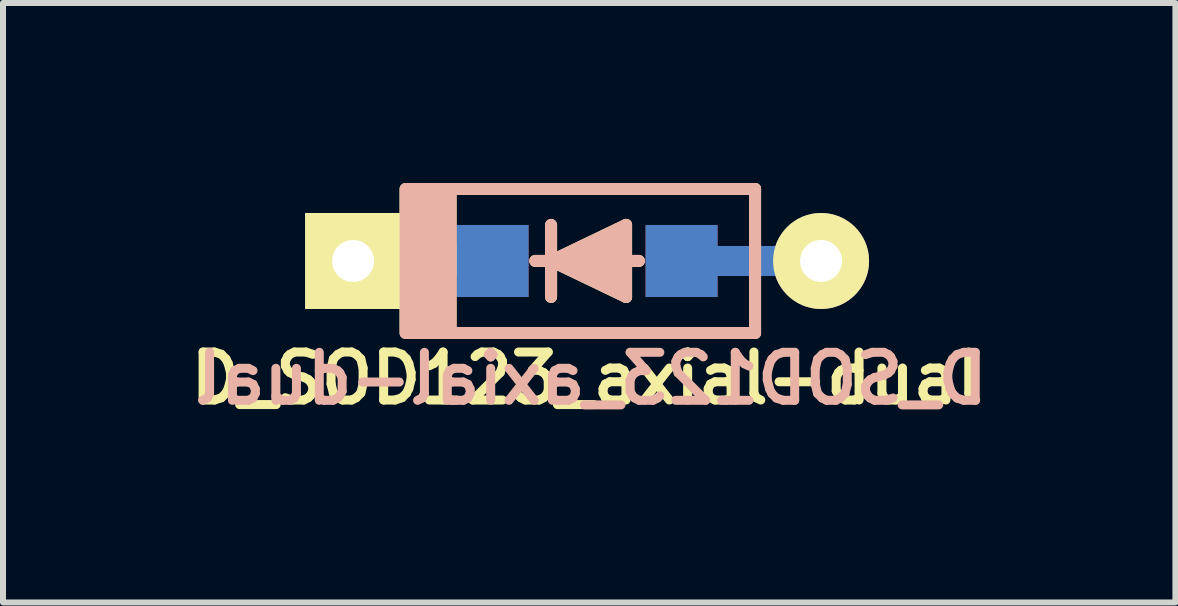
<source format=kicad_pcb>
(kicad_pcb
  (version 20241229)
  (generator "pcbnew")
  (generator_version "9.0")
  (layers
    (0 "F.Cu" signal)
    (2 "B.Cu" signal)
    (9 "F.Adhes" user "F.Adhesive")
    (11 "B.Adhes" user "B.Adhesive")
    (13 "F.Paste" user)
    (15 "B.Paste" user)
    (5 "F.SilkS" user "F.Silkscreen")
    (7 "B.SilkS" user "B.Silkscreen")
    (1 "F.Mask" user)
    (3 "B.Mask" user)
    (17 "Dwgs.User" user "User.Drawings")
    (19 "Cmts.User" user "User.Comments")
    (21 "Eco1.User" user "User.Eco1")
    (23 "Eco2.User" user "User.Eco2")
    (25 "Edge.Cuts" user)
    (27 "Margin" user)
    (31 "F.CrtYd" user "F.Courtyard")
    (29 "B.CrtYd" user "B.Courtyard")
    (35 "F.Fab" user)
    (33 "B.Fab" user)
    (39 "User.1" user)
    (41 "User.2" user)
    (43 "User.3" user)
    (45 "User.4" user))
  (footprint "D_SOD123_axial-dual"
    (layer "F.Cu")
    (at 6.735 1.3)
    (property "Reference" "D_SOD123_axial-dual" (at 0 1.955 0) (layer "F.SilkS") (effects (font (size 0.8 0.8) (thickness 0.15))))
    (attr smd)
    (fp_line (start -3.025 1.2) (end -3.025 -1.2) (stroke (width 0.2) (type solid)) (layer "F.SilkS"))
    (fp_line (start -3 -1.2) (end 2.8 -1.2) (stroke (width 0.2) (type solid)) (layer "F.SilkS"))
    (fp_line (start -2.925 -1.2) (end -2.925 1.2) (stroke (width 0.2) (type solid)) (layer "F.SilkS"))
    (fp_line (start -2.8 -1.2) (end -2.8 1.2) (stroke (width 0.2) (type solid)) (layer "F.SilkS"))
    (fp_line (start -2.625 -1.2) (end -2.625 1.2) (stroke (width 0.2) (type solid)) (layer "F.SilkS"))
    (fp_line (start -2.45 -1.2) (end -2.45 1.2) (stroke (width 0.2) (type solid)) (layer "F.SilkS"))
    (fp_line (start -2.275 -1.2) (end -2.275 1.2) (stroke (width 0.2) (type solid)) (layer "F.SilkS"))
    (fp_line (start -0.864 0) (end -0.584 0) (stroke (width 0.2) (type solid)) (layer "F.SilkS"))
    (fp_line (start -0.6 0) (end 0.65 -0.6) (stroke (width 0.2) (type solid)) (layer "F.SilkS"))
    (fp_line (start -0.6 0.6) (end -0.6 -0.6) (stroke (width 0.2) (type solid)) (layer "F.SilkS"))
    (fp_line (start 0.65 -0.6) (end 0.65 0.6) (stroke (width 0.2) (type solid)) (layer "F.SilkS"))
    (fp_line (start 0.65 0.6) (end -0.6 0) (stroke (width 0.2) (type solid)) (layer "F.SilkS"))
    (fp_line (start 0.66 0) (end 0.864 0) (stroke (width 0.2) (type solid)) (layer "F.SilkS"))
    (fp_line (start 2.8 -1.2) (end 2.8 1.2) (stroke (width 0.2) (type solid)) (layer "F.SilkS"))
    (fp_line (start 2.8 1.2) (end -3 1.2) (stroke (width 0.2) (type solid)) (layer "F.SilkS"))
    (fp_poly (pts (xy 0.65 -0.6) (xy -0.6 0) (xy 0.65 0.6)) (stroke (width 0.1) (type solid)) (fill yes) (layer "F.SilkS"))
    (fp_line (start -3.025 1.2) (end -3.025 -1.2) (stroke (width 0.2) (type solid)) (layer "B.SilkS"))
    (fp_line (start -3 -1.2) (end 2.8 -1.2) (stroke (width 0.2) (type solid)) (layer "B.SilkS"))
    (fp_line (start -2.925 -1.2) (end -2.925 1.2) (stroke (width 0.2) (type solid)) (layer "B.SilkS"))
    (fp_line (start -2.8 -1.2) (end -2.8 1.2) (stroke (width 0.2) (type solid)) (layer "B.SilkS"))
    (fp_line (start -2.625 -1.2) (end -2.625 1.2) (stroke (width 0.2) (type solid)) (layer "B.SilkS"))
    (fp_line (start -2.45 -1.2) (end -2.45 1.2) (stroke (width 0.2) (type solid)) (layer "B.SilkS"))
    (fp_line (start -2.275 -1.2) (end -2.275 1.2) (stroke (width 0.2) (type solid)) (layer "B.SilkS"))
    (fp_line (start -0.864 -0.002) (end -0.584 -0.002) (stroke (width 0.2) (type solid)) (layer "B.SilkS"))
    (fp_line (start -0.6 -0.602) (end -0.6 0.598) (stroke (width 0.2) (type solid)) (layer "B.SilkS"))
    (fp_line (start -0.6 -0.002) (end 0.65 0.598) (stroke (width 0.2) (type solid)) (layer "B.SilkS"))
    (fp_line (start 0.65 -0.602) (end -0.6 -0.002) (stroke (width 0.2) (type solid)) (layer "B.SilkS"))
    (fp_line (start 0.65 0.598) (end 0.65 -0.602) (stroke (width 0.2) (type solid)) (layer "B.SilkS"))
    (fp_line (start 0.66 -0.002) (end 0.864 -0.002) (stroke (width 0.2) (type solid)) (layer "B.SilkS"))
    (fp_line (start 2.8 -1.2) (end 2.8 1.2) (stroke (width 0.2) (type solid)) (layer "B.SilkS"))
    (fp_line (start 2.8 1.2) (end -3 1.2) (stroke (width 0.2) (type solid)) (layer "B.SilkS"))
    (fp_poly (pts (xy 0.648 0.635) (xy -0.602 0.035) (xy 0.648 -0.565)) (stroke (width 0.1) (type solid)) (fill yes) (layer "B.SilkS"))
    (fp_text user "${REFERENCE}" (at 0.07 1.96 180) (layer "B.SilkS") (effects (font (size 0.8 0.8) (thickness 0.15)) (justify mirror)))
    (pad "1" thru_hole rect (at -3.9 0) (size 1.6 1.6) (drill 0.7) (layers "*.Cu" "*.Mask" "F.SilkS"))
    (pad "1" smd rect (at -2.7 0) (size 2.5 0.5) (layers "F.Cu"))
    (pad "1" smd rect (at -2.7 0) (size 2.5 0.5) (layers "B.Cu"))
    (pad "1" smd rect (at -1.575 0) (size 1.2 1.2) (layers "F.Cu" "F.Mask" "F.Paste"))
    (pad "1" smd rect (at -1.575 0) (size 1.2 1.2) (layers "B.Cu" "B.Mask" "B.Paste"))
    (pad "2" smd rect (at 1.575 0) (size 1.2 1.2) (layers "F.Cu" "F.Mask" "F.Paste"))
    (pad "2" smd rect (at 1.575 0) (size 1.2 1.2) (layers "B.Cu" "B.Mask" "B.Paste"))
    (pad "2" smd rect (at 2.7 0) (size 2.5 0.5) (layers "F.Cu"))
    (pad "2" smd rect (at 2.7 0) (size 2.5 0.5) (layers "B.Cu"))
    (pad "2" thru_hole circle (at 3.9 0) (size 1.6 1.6) (drill 0.7) (layers "*.Cu" "*.Mask" "F.SilkS")))
  (gr_rect
    (start -3 -3)
    (end 16.541 6.991)
    (stroke (width 0.1) (type default))
    (fill no)
    (layer "Edge.Cuts")))
</source>
